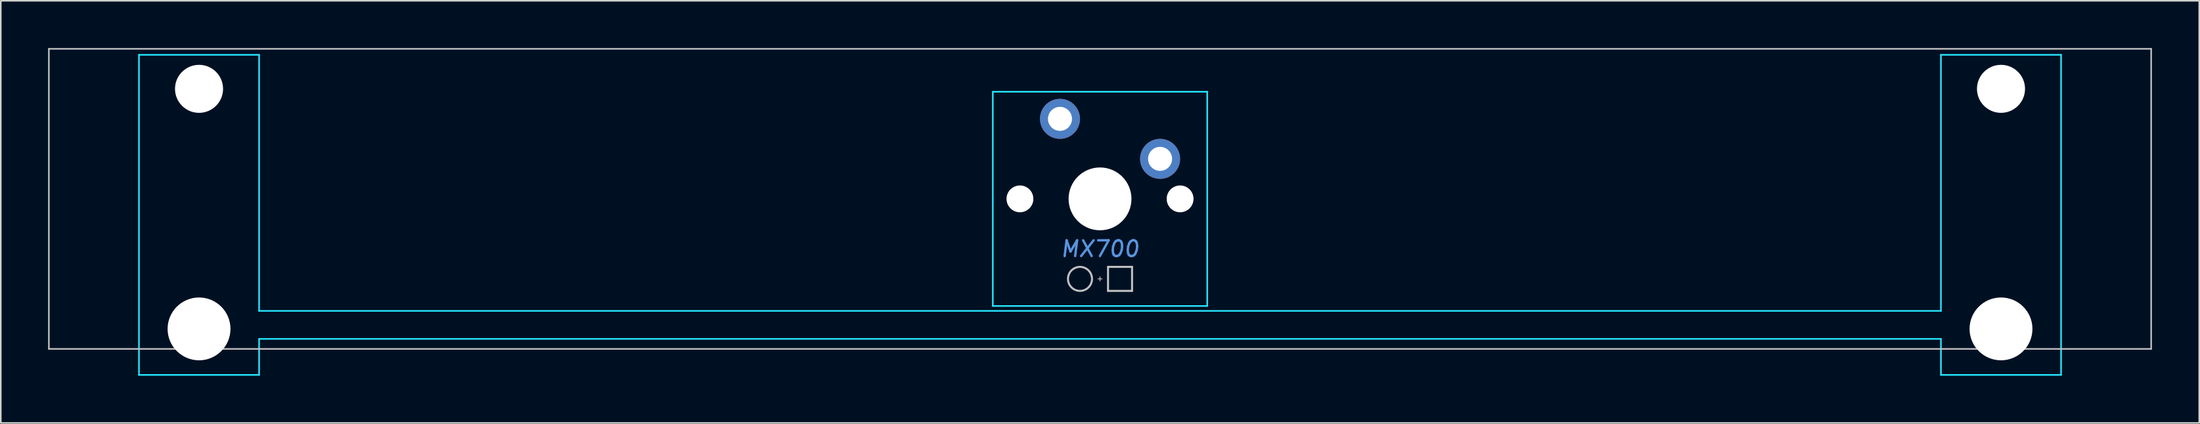
<source format=kicad_pcb>
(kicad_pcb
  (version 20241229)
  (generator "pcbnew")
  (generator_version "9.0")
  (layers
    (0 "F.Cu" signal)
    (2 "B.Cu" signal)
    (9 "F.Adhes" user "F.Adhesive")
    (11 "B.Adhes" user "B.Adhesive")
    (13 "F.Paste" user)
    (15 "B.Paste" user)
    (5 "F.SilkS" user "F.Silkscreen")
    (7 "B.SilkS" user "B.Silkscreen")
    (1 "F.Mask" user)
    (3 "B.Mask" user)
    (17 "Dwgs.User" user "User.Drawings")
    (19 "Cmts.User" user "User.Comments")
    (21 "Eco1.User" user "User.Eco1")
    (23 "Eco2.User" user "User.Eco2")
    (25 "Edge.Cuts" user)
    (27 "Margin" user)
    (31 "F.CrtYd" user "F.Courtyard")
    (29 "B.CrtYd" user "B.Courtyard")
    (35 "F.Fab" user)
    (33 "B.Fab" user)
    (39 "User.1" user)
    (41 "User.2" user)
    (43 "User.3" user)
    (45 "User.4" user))
  (footprint "MX700"
    (layer "F.Cu")
    (at 66.725 9.575)
    (property "Reference" "MX700" (at 0 3.175 0) (layer "Cmts.User") (effects (font (size 1 1) (thickness 0.15) (italic yes))))
    (attr through_hole)
    (fp_line (start -66.675 -9.525) (end -66.675 9.525) (stroke (width 0.1) (type solid)) (layer "Dwgs.User"))
    (fp_line (start -66.675 -9.525) (end 66.675 -9.525) (stroke (width 0.1) (type solid)) (layer "Dwgs.User"))
    (fp_line (start -66.675 9.525) (end 66.675 9.525) (stroke (width 0.1) (type solid)) (layer "Dwgs.User"))
    (fp_line (start -0.127 5.08) (end 0.127 5.08) (stroke (width 0.051) (type solid)) (layer "Dwgs.User"))
    (fp_line (start 0 4.953) (end 0 5.207) (stroke (width 0.051) (type solid)) (layer "Dwgs.User"))
    (fp_line (start 0.508 4.318) (end 0.508 5.842) (stroke (width 0.127) (type solid)) (layer "Dwgs.User"))
    (fp_line (start 0.508 4.318) (end 2.032 4.318) (stroke (width 0.127) (type solid)) (layer "Dwgs.User"))
    (fp_line (start 0.508 5.842) (end 2.032 5.842) (stroke (width 0.127) (type solid)) (layer "Dwgs.User"))
    (fp_line (start 2.032 5.842) (end 2.032 4.318) (stroke (width 0.127) (type solid)) (layer "Dwgs.User"))
    (fp_line (start 66.675 -9.525) (end 66.675 9.525) (stroke (width 0.1) (type solid)) (layer "Dwgs.User"))
    (fp_circle (center -1.27 5.08) (end -0.508 5.08) (stroke (width 0.127) (type solid)) (fill no) (layer "Dwgs.User"))
    (fp_line (start -60.65 -5.485) (end -60.65 8.515) (stroke (width 0.1) (type solid)) (layer "Eco1.User"))
    (fp_line (start -60.15 -5.985) (end -54.15 -5.985) (stroke (width 0.1) (type solid)) (layer "Eco1.User"))
    (fp_line (start -54.15 9.015) (end -60.15 9.015) (stroke (width 0.1) (type solid)) (layer "Eco1.User"))
    (fp_line (start -53.65 8.515) (end -53.65 -5.485) (stroke (width 0.1) (type solid)) (layer "Eco1.User"))
    (fp_line (start -7 -6.5) (end -7 6.5) (stroke (width 0.1) (type solid)) (layer "Eco1.User"))
    (fp_line (start -6.5 7) (end 6.5 7) (stroke (width 0.1) (type solid)) (layer "Eco1.User"))
    (fp_line (start 6.5 -7) (end -6.5 -7) (stroke (width 0.1) (type solid)) (layer "Eco1.User"))
    (fp_line (start 7 6.5) (end 7 -6.5) (stroke (width 0.1) (type solid)) (layer "Eco1.User"))
    (fp_line (start 53.65 -5.485) (end 53.65 8.515) (stroke (width 0.1) (type solid)) (layer "Eco1.User"))
    (fp_line (start 54.15 -5.985) (end 60.15 -5.985) (stroke (width 0.1) (type solid)) (layer "Eco1.User"))
    (fp_line (start 60.15 9.015) (end 54.15 9.015) (stroke (width 0.1) (type solid)) (layer "Eco1.User"))
    (fp_line (start 60.65 8.515) (end 60.65 -5.485) (stroke (width 0.1) (type solid)) (layer "Eco1.User"))
    (fp_arc (start -60.65 -5.485) (mid -60.503553 -5.838553) (end -60.15 -5.985) (stroke (width 0.1) (type solid)) (layer "Eco1.User"))
    (fp_arc (start -60.15 9.015) (mid -60.503553 8.868553) (end -60.65 8.515) (stroke (width 0.1) (type solid)) (layer "Eco1.User"))
    (fp_arc (start -54.15 -5.985) (mid -53.796447 -5.838553) (end -53.65 -5.485) (stroke (width 0.1) (type solid)) (layer "Eco1.User"))
    (fp_arc (start -53.65 8.515) (mid -53.796447 8.868553) (end -54.15 9.015) (stroke (width 0.1) (type solid)) (layer "Eco1.User"))
    (fp_arc (start -7 -6.5) (mid -6.853553 -6.853553) (end -6.5 -7) (stroke (width 0.1) (type solid)) (layer "Eco1.User"))
    (fp_arc (start -6.5 7) (mid -6.853553 6.853553) (end -7 6.5) (stroke (width 0.1) (type solid)) (layer "Eco1.User"))
    (fp_arc (start 6.5 -7) (mid 6.853553 -6.853553) (end 7 -6.5) (stroke (width 0.1) (type solid)) (layer "Eco1.User"))
    (fp_arc (start 7 6.5) (mid 6.853553 6.853553) (end 6.5 7) (stroke (width 0.1) (type solid)) (layer "Eco1.User"))
    (fp_arc (start 53.65 -5.485) (mid 53.796447 -5.838553) (end 54.15 -5.985) (stroke (width 0.1) (type solid)) (layer "Eco1.User"))
    (fp_arc (start 54.15 9.015) (mid 53.796447 8.868553) (end 53.65 8.515) (stroke (width 0.1) (type solid)) (layer "Eco1.User"))
    (fp_arc (start 60.15 -5.985) (mid 60.503553 -5.838553) (end 60.65 -5.485) (stroke (width 0.1) (type solid)) (layer "Eco1.User"))
    (fp_arc (start 60.65 8.515) (mid 60.503553 8.868553) (end 60.15 9.015) (stroke (width 0.1) (type solid)) (layer "Eco1.User"))
    (fp_line (start -60.96 -9.144) (end -60.96 11.176) (stroke (width 0.1) (type solid)) (layer "B.CrtYd"))
    (fp_line (start -60.96 -9.144) (end -53.34 -9.144) (stroke (width 0.1) (type solid)) (layer "B.CrtYd"))
    (fp_line (start -60.96 11.176) (end -53.34 11.176) (stroke (width 0.1) (type solid)) (layer "B.CrtYd"))
    (fp_line (start -53.34 7.112) (end -53.34 -9.144) (stroke (width 0.1) (type solid)) (layer "B.CrtYd"))
    (fp_line (start -53.34 7.112) (end 53.34 7.112) (stroke (width 0.1) (type solid)) (layer "B.CrtYd"))
    (fp_line (start -53.34 8.89) (end -53.34 11.176) (stroke (width 0.1) (type solid)) (layer "B.CrtYd"))
    (fp_line (start -53.34 8.89) (end 53.34 8.89) (stroke (width 0.1) (type solid)) (layer "B.CrtYd"))
    (fp_line (start -6.8 -6.8) (end -6.8 6.8) (stroke (width 0.1) (type solid)) (layer "B.CrtYd"))
    (fp_line (start -6.8 -6.8) (end 6.8 -6.8) (stroke (width 0.1) (type solid)) (layer "B.CrtYd"))
    (fp_line (start -6.8 6.8) (end 6.8 6.8) (stroke (width 0.1) (type solid)) (layer "B.CrtYd"))
    (fp_line (start 6.8 6.8) (end 6.8 -6.8) (stroke (width 0.1) (type solid)) (layer "B.CrtYd"))
    (fp_line (start 53.34 -9.144) (end 60.96 -9.144) (stroke (width 0.1) (type solid)) (layer "B.CrtYd"))
    (fp_line (start 53.34 7.112) (end 53.34 -9.144) (stroke (width 0.1) (type solid)) (layer "B.CrtYd"))
    (fp_line (start 53.34 8.89) (end 53.34 11.176) (stroke (width 0.1) (type solid)) (layer "B.CrtYd"))
    (fp_line (start 53.34 11.176) (end 60.96 11.176) (stroke (width 0.1) (type solid)) (layer "B.CrtYd"))
    (fp_line (start 60.96 -9.144) (end 60.96 11.176) (stroke (width 0.1) (type solid)) (layer "B.CrtYd"))
    (pad "" np_thru_hole circle (at -57.15 -6.985 180) (size 3.048 3.048) (drill 3.048) (layers "*.Cu" "*.Mask"))
    (pad "" np_thru_hole circle (at -57.15 8.255 180) (size 3.988 3.988) (drill 3.988) (layers "*.Cu" "*.Mask"))
    (pad "" np_thru_hole circle (at -5.08 0) (size 1.702 1.702) (drill 1.702) (layers "*.Cu" "*.Mask"))
    (pad "" connect circle (at -2.54 -5.08) (size 1.524 1.524) (layers "B.Mask"))
    (pad "" np_thru_hole circle (at 0 0) (size 3.988 3.988) (drill 3.988) (layers "*.Cu" "*.Mask"))
    (pad "" connect circle (at 3.81 -2.54) (size 1.524 1.524) (layers "B.Mask"))
    (pad "" np_thru_hole circle (at 5.08 0) (size 1.702 1.702) (drill 1.702) (layers "*.Cu" "*.Mask"))
    (pad "" np_thru_hole circle (at 57.15 -6.985 180) (size 3.048 3.048) (drill 3.048) (layers "*.Cu" "*.Mask"))
    (pad "" np_thru_hole circle (at 57.15 8.255 180) (size 3.988 3.988) (drill 3.988) (layers "*.Cu" "*.Mask"))
    (pad "1" thru_hole circle (at -2.54 -5.08) (size 2.54 2.54) (drill 1.524) (layers "*.Cu" "F.Mask"))
    (pad "2" thru_hole circle (at 3.81 -2.54) (size 2.54 2.54) (drill 1.524) (layers "*.Cu" "F.Mask")))
  (gr_rect
    (start -3 -3)
    (end 136.45 23.801)
    (stroke (width 0.1) (type default))
    (fill no)
    (layer "Edge.Cuts")))
</source>
